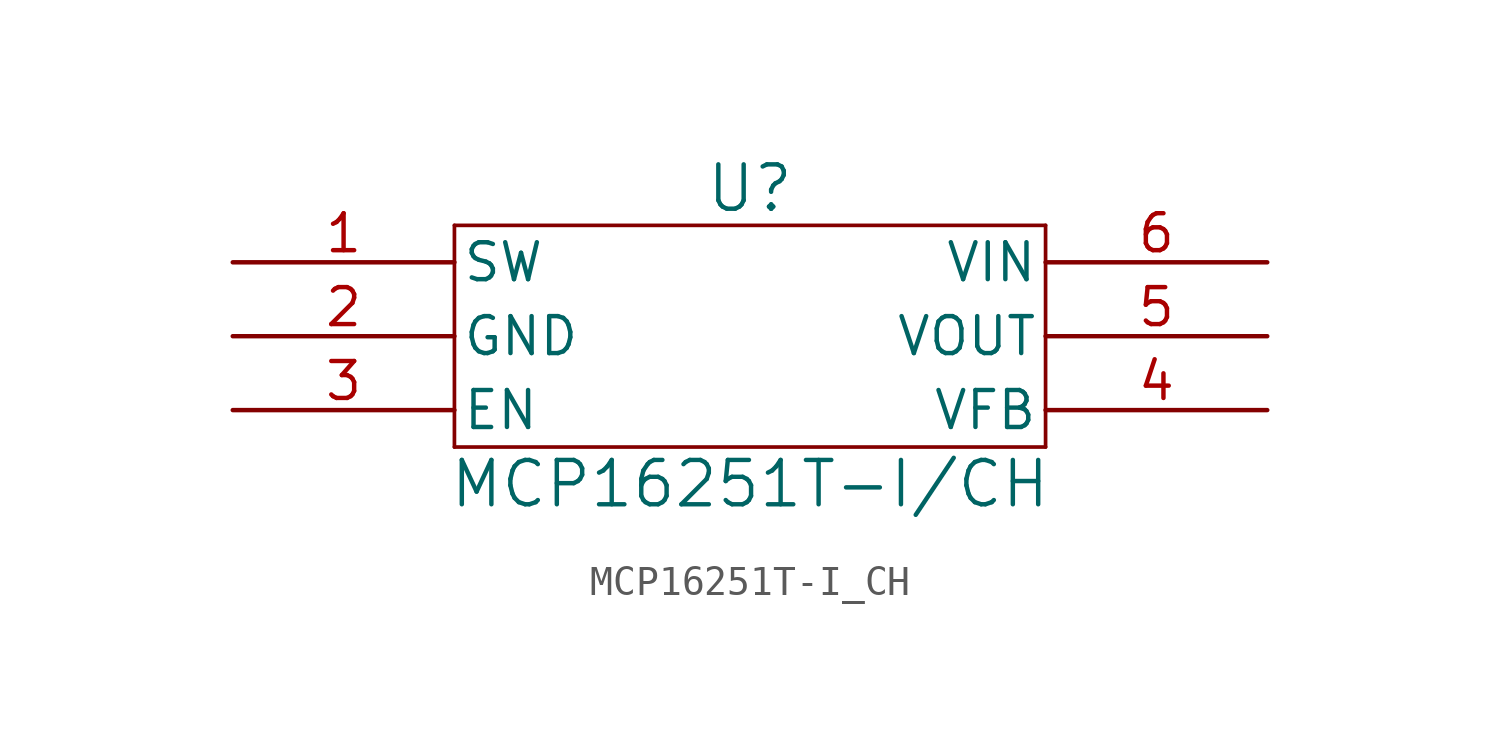
<source format=kicad_sym>
(kicad_symbol_lib
  (version 20220914)
  (generator kicad_symbol_editor)
  (symbol "MCP16251T-I_CH"
    (pin_names
      (offset 0.254))
    (property "Reference" "U"
      (at 0 5.08 0)
      (effects (font (size 1.524 1.524))))
    (property "Value" "MCP16251T-I/CH"
      (at 0 -5.08 0)
      (effects (font (size 1.524 1.524))))
    (property "ki_locked" ""
      (at 0 0 0)
      (effects (font (size 1.27 1.27))))
    (symbol "MCP16251T-I_CH_0_1"
      (polyline (pts (xy -10.16 -3.81) (xy 10.16 -3.81)) (stroke (width 0.127) (type default)) (fill (type none)))
      (polyline (pts (xy -10.16 3.81) (xy -10.16 -3.81)) (stroke (width 0.127) (type default)) (fill (type none)))
      (polyline (pts (xy 10.16 -3.81) (xy 10.16 3.81)) (stroke (width 0.127) (type default)) (fill (type none)))
      (polyline (pts (xy 10.16 3.81) (xy -10.16 3.81)) (stroke (width 0.127) (type default)) (fill (type none)))
      (pin input line (at -17.78 2.54 0) (length 7.62) (name "SW" (effects (font (size 1.27 1.27)))) (number "1" (effects (font (size 1.27 1.27)))))
      (pin power_in line (at -17.78 0 0) (length 7.62) (name "GND" (effects (font (size 1.27 1.27)))) (number "2" (effects (font (size 1.27 1.27)))))
      (pin input line (at -17.78 -2.54 0) (length 7.62) (name "EN" (effects (font (size 1.27 1.27)))) (number "3" (effects (font (size 1.27 1.27)))))
      (pin unspecified line (at 17.78 -2.54 180) (length 7.62) (name "VFB" (effects (font (size 1.27 1.27)))) (number "4" (effects (font (size 1.27 1.27)))))
      (pin output line (at 17.78 0 180) (length 7.62) (name "VOUT" (effects (font (size 1.27 1.27)))) (number "5" (effects (font (size 1.27 1.27)))))
      (pin input line (at 17.78 2.54 180) (length 7.62) (name "VIN" (effects (font (size 1.27 1.27)))) (number "6" (effects (font (size 1.27 1.27))))))))
</source>
